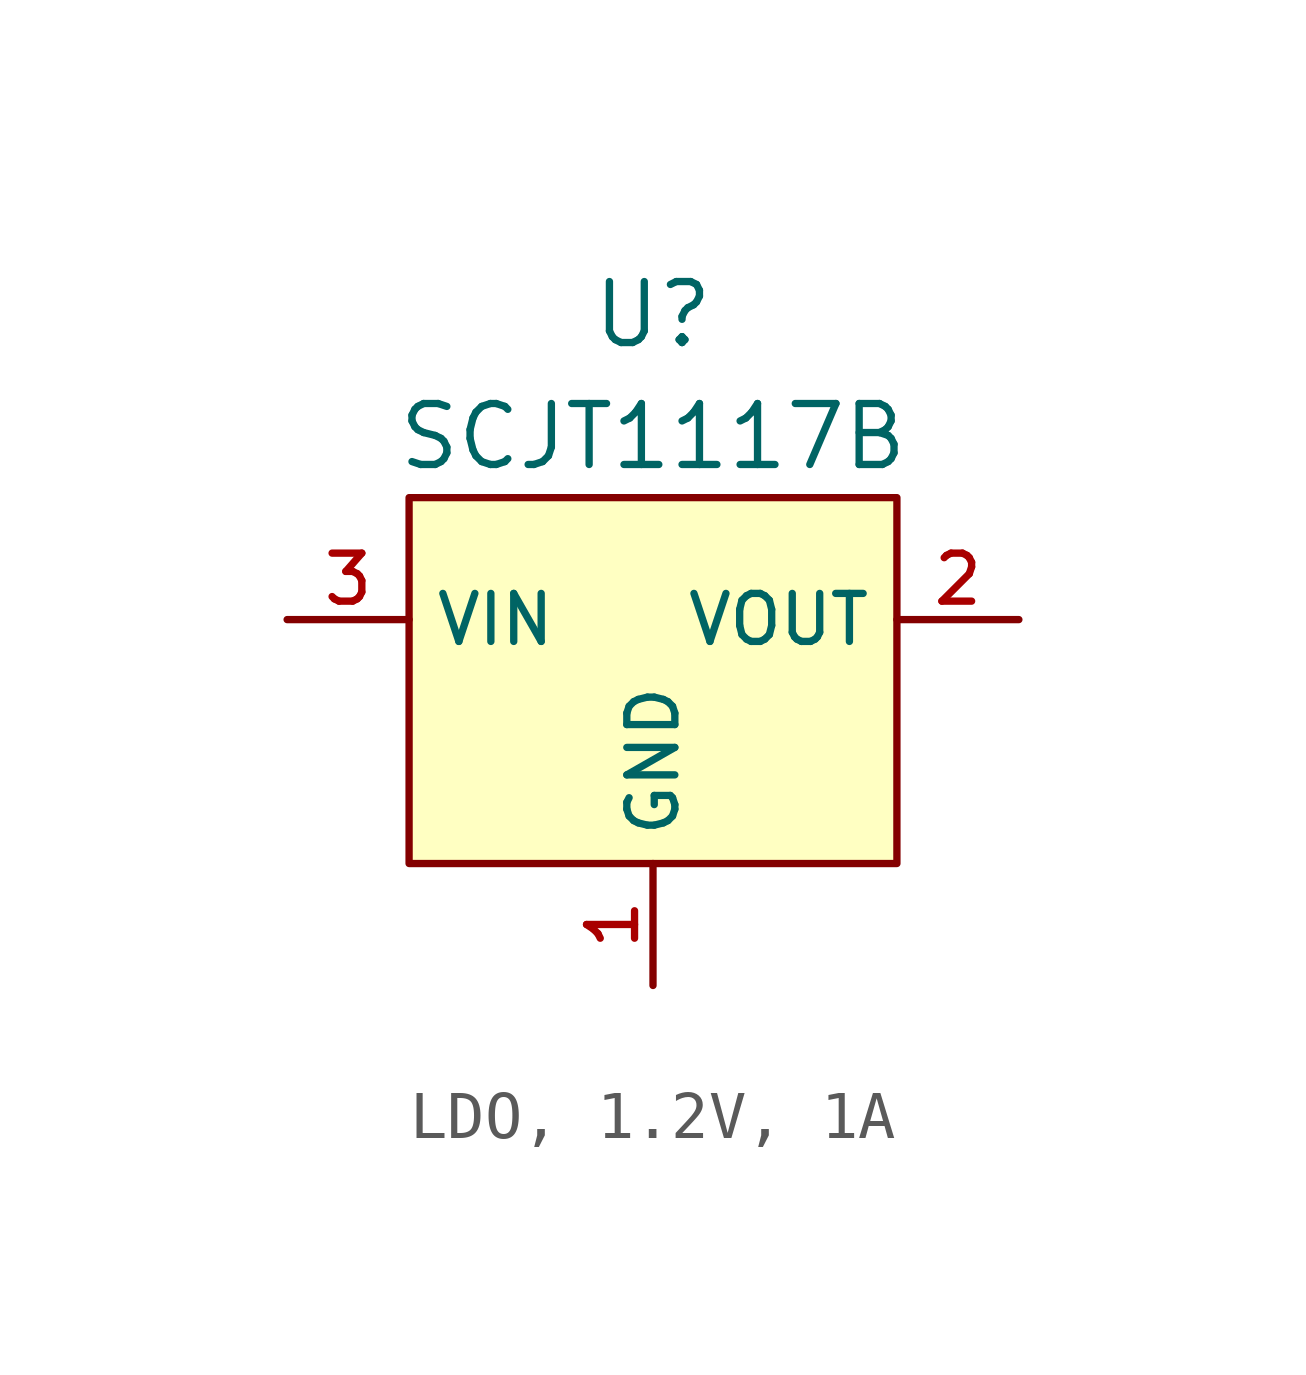
<source format=kicad_sym>
(kicad_symbol_lib
  (version 20231120)
  (generator "CDFER_Archive_Tool")
  (generator_version "0.0")
  (symbol "LDO, 1.2V, 1A"
    (property "Reference" "U"
      (at 0 8.89 0)
      (effects (font (size 1.27 1.27))))
    (property "Value" "SCJT1117B"
      (at 0 6.35 0)
      (effects (font (size 1.27 1.27))))
    (symbol "LDO, 1.2V, 1A_0_1"
      (rectangle (start -5.08 5.08) (end 5.08 -2.54) (stroke (width 0) (type default)) (fill (type background)))
      (pin unspecified line (at 0 -5.08 90) (length 2.54) (name "GND" (effects (font (size 1 1)))) (number "1" (effects (font (size 1 1))))))
    (symbol "LDO, 1.2V, 1A_1_1"
      (pin unspecified line (at 7.62 2.54 180) (length 2.54) (name "VOUT" (effects (font (size 1 1)))) (number "2" (effects (font (size 1 1)))))
      (pin unspecified line (at -7.62 2.54 0) (length 2.54) (name "VIN" (effects (font (size 1 1)))) (number "3" (effects (font (size 1 1))))))))
</source>
